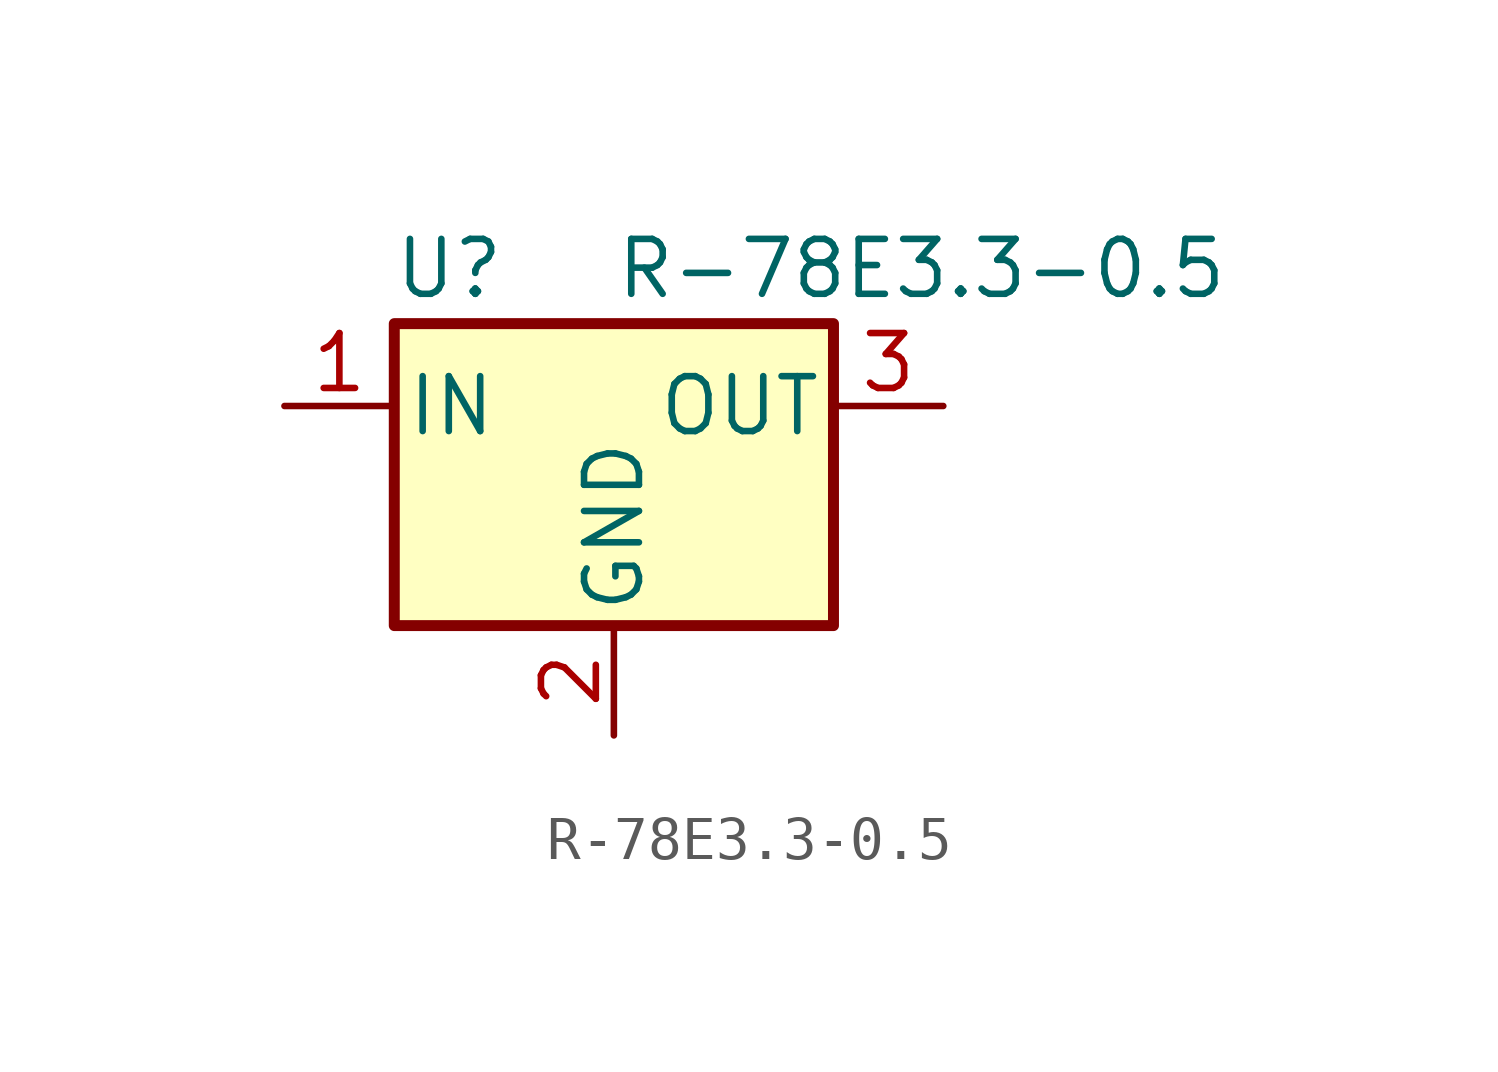
<source format=kicad_sym>
(kicad_symbol_lib
  (version 20231120)
  (generator "kicad_symbol_editor")
  (generator_version "8.0")
  (symbol "R-78E3.3-0.5"
    (pin_names
      (offset 0.254))
    (property "Reference" "U"
      (at -3.81 3.175 0)
      (effects (font (size 1.27 1.27))))
    (property "Value" "R-78E3.3-0.5"
      (at 0 3.175 0)
      (effects (font (size 1.27 1.27)) (justify left)))
    (symbol "R-78E3.3-0.5_0_1"
      (rectangle (start -5.08 1.905) (end 5.08 -5.08) (stroke (width 0.254) (type default)) (fill (type background))))
    (symbol "R-78E3.3-0.5_1_1"
      (pin power_in line (at -7.62 0 0) (length 2.54) (name "IN" (effects (font (size 1.27 1.27)))) (number "1" (effects (font (size 1.27 1.27)))))
      (pin power_in line (at 0 -7.62 90) (length 2.54) (name "GND" (effects (font (size 1.27 1.27)))) (number "2" (effects (font (size 1.27 1.27)))))
      (pin power_out line (at 7.62 0 180) (length 2.54) (name "OUT" (effects (font (size 1.27 1.27)))) (number "3" (effects (font (size 1.27 1.27))))))))
</source>
